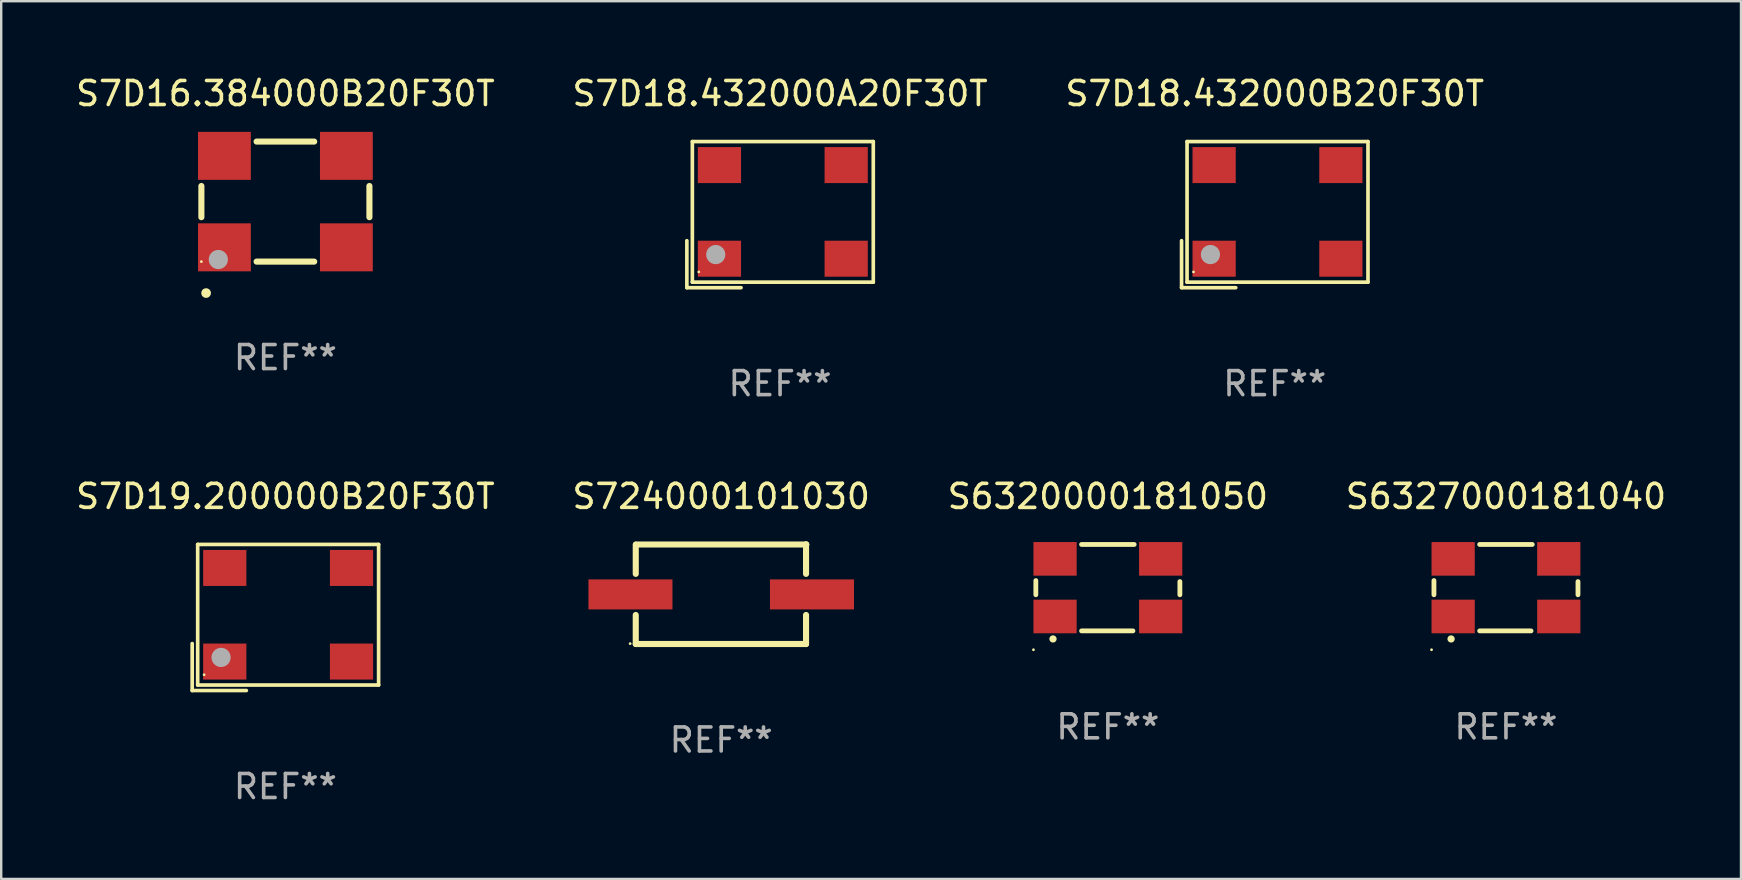
<source format=kicad_pcb>
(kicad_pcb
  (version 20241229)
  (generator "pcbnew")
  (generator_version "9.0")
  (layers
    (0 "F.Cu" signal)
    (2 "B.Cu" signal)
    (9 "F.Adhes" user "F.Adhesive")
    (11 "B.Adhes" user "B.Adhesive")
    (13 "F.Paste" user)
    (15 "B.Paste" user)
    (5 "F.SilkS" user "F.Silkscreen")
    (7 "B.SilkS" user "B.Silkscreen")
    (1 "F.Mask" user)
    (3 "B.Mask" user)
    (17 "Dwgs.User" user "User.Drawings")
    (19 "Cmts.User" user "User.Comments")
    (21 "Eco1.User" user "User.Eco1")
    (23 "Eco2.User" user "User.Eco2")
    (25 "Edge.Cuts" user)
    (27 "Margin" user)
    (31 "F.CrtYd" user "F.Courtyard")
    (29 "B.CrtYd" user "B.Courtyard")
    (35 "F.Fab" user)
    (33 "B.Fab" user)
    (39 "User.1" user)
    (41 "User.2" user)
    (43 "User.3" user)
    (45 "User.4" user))
  (footprint "S6320000181050"
    (layer "F.Cu")
    (at 43.101 21.431)
    (property "Reference" "S6320000181050" (at 0 -3.8 0) (layer "F.SilkS") (effects (font (size 1 1) (thickness 0.15))))
    (attr through_hole)
    (fp_line (start -3 0.296) (end -3 -0.296) (stroke (width 0.2) (type solid)) (layer "F.SilkS"))
    (fp_line (start -1.096 1.8) (end 1.045 1.8) (stroke (width 0.2) (type solid)) (layer "F.SilkS"))
    (fp_line (start 1.096 -1.8) (end -1.096 -1.8) (stroke (width 0.2) (type solid)) (layer "F.SilkS"))
    (fp_line (start 3 -0.254) (end 3 0.296) (stroke (width 0.2) (type solid)) (layer "F.SilkS"))
    (fp_arc (start -2.2873 2.135992) (mid -2.28603 2.135987) (end -2.28476 2.135992) (stroke (width 0.3) (type solid)) (layer "F.SilkS"))
    (fp_circle (center -3.1 2.586) (end -3.07 2.586) (stroke (width 0.06) (type solid)) (fill no) (layer "F.SilkS"))
    (fp_text user "REF**" (at 0 5.8 0) (layer "F.Fab") (effects (font (size 1 1) (thickness 0.15))))
    (pad "1" smd rect (at -2.2 1.2) (size 1.8 1.4) (layers "F.Cu" "F.Mask" "F.Paste"))
    (pad "2" smd rect (at 2.2 1.2) (size 1.8 1.4) (layers "F.Cu" "F.Mask" "F.Paste"))
    (pad "3" smd rect (at 2.2 -1.2) (size 1.8 1.4) (layers "F.Cu" "F.Mask" "F.Paste"))
    (pad "4" smd rect (at -2.2 -1.2) (size 1.8 1.4) (layers "F.Cu" "F.Mask" "F.Paste")))
  (footprint "S724000101030"
    (layer "F.Cu")
    (at 26.994 21.704)
    (property "Reference" "S724000101030" (at 0 -4.074 0) (layer "F.SilkS") (effects (font (size 1 1) (thickness 0.15))))
    (attr through_hole)
    (fp_line (start -3.56 -2.063) (end -3.56 -0.848) (stroke (width 0.254) (type solid)) (layer "F.SilkS"))
    (fp_line (start -3.56 0.864) (end -3.56 2.074) (stroke (width 0.254) (type solid)) (layer "F.SilkS"))
    (fp_line (start -3.56 2.074) (end 3.534 2.074) (stroke (width 0.254) (type solid)) (layer "F.SilkS"))
    (fp_line (start -3.551 -2.071) (end 3.542 -2.071) (stroke (width 0.254) (type solid)) (layer "F.SilkS"))
    (fp_line (start 3.534 -0.848) (end 3.534 -2.074) (stroke (width 0.254) (type solid)) (layer "F.SilkS"))
    (fp_line (start 3.534 2.074) (end 3.534 0.864) (stroke (width 0.254) (type solid)) (layer "F.SilkS"))
    (fp_line (start 3.542 -2.071) (end 3.535 -2.072) (stroke (width 0.254) (type solid)) (layer "F.SilkS"))
    (fp_circle (center -3.794 2.058) (end -3.764 2.058) (stroke (width 0.06) (type solid)) (fill no) (layer "F.SilkS"))
    (fp_text user "REF**" (at 0 6.074 0) (layer "F.Fab") (effects (font (size 1 1) (thickness 0.15))))
    (pad "1" smd rect (at -3.781 0.008) (size 3.5 1.25) (layers "F.Cu" "F.Mask" "F.Paste"))
    (pad "2" smd rect (at 3.781 0.008) (size 3.5 1.25) (layers "F.Cu" "F.Mask" "F.Paste")))
  (footprint "S7D19.200000B20F30T"
    (layer "F.Cu")
    (at 8.839 22.673)
    (property "Reference" "S7D19.200000B20F30T" (at 0 -5.043 0) (layer "F.SilkS") (effects (font (size 1 1) (thickness 0.15))))
    (attr through_hole)
    (fp_line (start -3.883 1.086) (end -3.883 3.043) (stroke (width 0.152) (type solid)) (layer "F.SilkS"))
    (fp_line (start -3.883 3.043) (end -1.626 3.043) (stroke (width 0.152) (type solid)) (layer "F.SilkS"))
    (fp_line (start -3.654 -3.043) (end 3.883 -3.043) (stroke (width 0.152) (type solid)) (layer "F.SilkS"))
    (fp_line (start -3.654 2.814) (end -3.654 -3.043) (stroke (width 0.152) (type solid)) (layer "F.SilkS"))
    (fp_line (start 3.883 -3.043) (end 3.883 2.814) (stroke (width 0.152) (type solid)) (layer "F.SilkS"))
    (fp_line (start 3.883 2.814) (end -3.654 2.814) (stroke (width 0.152) (type solid)) (layer "F.SilkS"))
    (fp_circle (center -3.386 2.386) (end -3.356 2.386) (stroke (width 0.06) (type solid)) (fill no) (layer "F.SilkS"))
    (fp_circle (center -2.68 1.664) (end -2.48 1.664) (stroke (width 0.4) (type solid)) (fill no) (layer "F.Fab"))
    (fp_text user "REF**" (at 0 7.043 0) (layer "F.Fab") (effects (font (size 1 1) (thickness 0.15))))
    (pad "1" smd rect (at -2.526 1.836) (size 1.8 1.5) (layers "F.Cu" "F.Mask" "F.Paste"))
    (pad "2" smd rect (at 2.754 1.836) (size 1.8 1.5) (layers "F.Cu" "F.Mask" "F.Paste"))
    (pad "3" smd rect (at 2.754 -2.064) (size 1.8 1.5) (layers "F.Cu" "F.Mask" "F.Paste"))
    (pad "4" smd rect (at -2.526 -2.064) (size 1.8 1.5) (layers "F.Cu" "F.Mask" "F.Paste")))
  (footprint "S7D18.432000B20F30T"
    (layer "F.Cu")
    (at 50.054 5.891)
    (property "Reference" "S7D18.432000B20F30T" (at 0 -5.043 0) (layer "F.SilkS") (effects (font (size 1 1) (thickness 0.15))))
    (attr through_hole)
    (fp_line (start -3.883 1.086) (end -3.883 3.043) (stroke (width 0.152) (type solid)) (layer "F.SilkS"))
    (fp_line (start -3.883 3.043) (end -1.626 3.043) (stroke (width 0.152) (type solid)) (layer "F.SilkS"))
    (fp_line (start -3.654 -3.043) (end 3.883 -3.043) (stroke (width 0.152) (type solid)) (layer "F.SilkS"))
    (fp_line (start -3.654 2.814) (end -3.654 -3.043) (stroke (width 0.152) (type solid)) (layer "F.SilkS"))
    (fp_line (start 3.883 -3.043) (end 3.883 2.814) (stroke (width 0.152) (type solid)) (layer "F.SilkS"))
    (fp_line (start 3.883 2.814) (end -3.654 2.814) (stroke (width 0.152) (type solid)) (layer "F.SilkS"))
    (fp_circle (center -3.386 2.386) (end -3.356 2.386) (stroke (width 0.06) (type solid)) (fill no) (layer "F.SilkS"))
    (fp_circle (center -2.68 1.664) (end -2.48 1.664) (stroke (width 0.4) (type solid)) (fill no) (layer "F.Fab"))
    (fp_text user "REF**" (at 0 7.043 0) (layer "F.Fab") (effects (font (size 1 1) (thickness 0.15))))
    (pad "1" smd rect (at -2.526 1.836) (size 1.8 1.5) (layers "F.Cu" "F.Mask" "F.Paste"))
    (pad "2" smd rect (at 2.754 1.836) (size 1.8 1.5) (layers "F.Cu" "F.Mask" "F.Paste"))
    (pad "3" smd rect (at 2.754 -2.064) (size 1.8 1.5) (layers "F.Cu" "F.Mask" "F.Paste"))
    (pad "4" smd rect (at -2.526 -2.064) (size 1.8 1.5) (layers "F.Cu" "F.Mask" "F.Paste")))
  (footprint "S7D16.384000B20F30T"
    (layer "F.Cu")
    (at 8.839 5.348)
    (property "Reference" "S7D16.384000B20F30T" (at 0 -4.5 0) (layer "F.SilkS") (effects (font (size 1 1) (thickness 0.15))))
    (attr through_hole)
    (fp_line (start -3.5 0.65) (end -3.5 -0.65) (stroke (width 0.254) (type solid)) (layer "F.SilkS"))
    (fp_line (start 1.2 -2.5) (end -1.2 -2.5) (stroke (width 0.254) (type solid)) (layer "F.SilkS"))
    (fp_line (start 1.2 2.5) (end -1.2 2.5) (stroke (width 0.254) (type solid)) (layer "F.SilkS"))
    (fp_line (start 3.5 0.65) (end 3.5 -0.65) (stroke (width 0.254) (type solid)) (layer "F.SilkS"))
    (fp_arc (start -3.304547 3.81016) (mid -3.303277 3.810156) (end -3.302007 3.81016) (stroke (width 0.4) (type solid)) (layer "F.SilkS"))
    (fp_circle (center -3.5 2.5) (end -3.47 2.5) (stroke (width 0.06) (type solid)) (fill no) (layer "F.SilkS"))
    (fp_circle (center -2.794 2.413) (end -2.594 2.413) (stroke (width 0.4) (type solid)) (fill no) (layer "F.Fab"))
    (fp_text user "REF**" (at 0 6.5 0) (layer "F.Fab") (effects (font (size 1 1) (thickness 0.15))))
    (pad "1" smd rect (at -2.54 1.905 180) (size 2.2 2) (layers "F.Cu" "F.Mask" "F.Paste"))
    (pad "2" smd rect (at 2.54 1.905 180) (size 2.2 2) (layers "F.Cu" "F.Mask" "F.Paste"))
    (pad "3" smd rect (at 2.54 -1.905 180) (size 2.2 2) (layers "F.Cu" "F.Mask" "F.Paste"))
    (pad "4" smd rect (at -2.54 -1.905 180) (size 2.2 2) (layers "F.Cu" "F.Mask" "F.Paste")))
  (footprint "S7D18.432000A20F30T"
    (layer "F.Cu")
    (at 29.446 5.891)
    (property "Reference" "S7D18.432000A20F30T" (at 0 -5.043 0) (layer "F.SilkS") (effects (font (size 1 1) (thickness 0.15))))
    (attr through_hole)
    (fp_line (start -3.883 1.086) (end -3.883 3.043) (stroke (width 0.152) (type solid)) (layer "F.SilkS"))
    (fp_line (start -3.883 3.043) (end -1.626 3.043) (stroke (width 0.152) (type solid)) (layer "F.SilkS"))
    (fp_line (start -3.654 -3.043) (end 3.883 -3.043) (stroke (width 0.152) (type solid)) (layer "F.SilkS"))
    (fp_line (start -3.654 2.814) (end -3.654 -3.043) (stroke (width 0.152) (type solid)) (layer "F.SilkS"))
    (fp_line (start 3.883 -3.043) (end 3.883 2.814) (stroke (width 0.152) (type solid)) (layer "F.SilkS"))
    (fp_line (start 3.883 2.814) (end -3.654 2.814) (stroke (width 0.152) (type solid)) (layer "F.SilkS"))
    (fp_circle (center -3.386 2.386) (end -3.356 2.386) (stroke (width 0.06) (type solid)) (fill no) (layer "F.SilkS"))
    (fp_circle (center -2.68 1.664) (end -2.48 1.664) (stroke (width 0.4) (type solid)) (fill no) (layer "F.Fab"))
    (fp_text user "REF**" (at 0 7.043 0) (layer "F.Fab") (effects (font (size 1 1) (thickness 0.15))))
    (pad "1" smd rect (at -2.526 1.836) (size 1.8 1.5) (layers "F.Cu" "F.Mask" "F.Paste"))
    (pad "2" smd rect (at 2.754 1.836) (size 1.8 1.5) (layers "F.Cu" "F.Mask" "F.Paste"))
    (pad "3" smd rect (at 2.754 -2.064) (size 1.8 1.5) (layers "F.Cu" "F.Mask" "F.Paste"))
    (pad "4" smd rect (at -2.526 -2.064) (size 1.8 1.5) (layers "F.Cu" "F.Mask" "F.Paste")))
  (footprint "S6327000181040"
    (layer "F.Cu")
    (at 59.685 21.431)
    (property "Reference" "S6327000181040" (at 0 -3.8 0) (layer "F.SilkS") (effects (font (size 1 1) (thickness 0.15))))
    (attr through_hole)
    (fp_line (start -3 0.296) (end -3 -0.296) (stroke (width 0.2) (type solid)) (layer "F.SilkS"))
    (fp_line (start -1.096 1.8) (end 1.045 1.8) (stroke (width 0.2) (type solid)) (layer "F.SilkS"))
    (fp_line (start 1.096 -1.8) (end -1.096 -1.8) (stroke (width 0.2) (type solid)) (layer "F.SilkS"))
    (fp_line (start 3 -0.254) (end 3 0.296) (stroke (width 0.2) (type solid)) (layer "F.SilkS"))
    (fp_arc (start -2.2873 2.135992) (mid -2.28603 2.135987) (end -2.28476 2.135992) (stroke (width 0.3) (type solid)) (layer "F.SilkS"))
    (fp_circle (center -3.1 2.586) (end -3.07 2.586) (stroke (width 0.06) (type solid)) (fill no) (layer "F.SilkS"))
    (fp_text user "REF**" (at 0 5.8 0) (layer "F.Fab") (effects (font (size 1 1) (thickness 0.15))))
    (pad "1" smd rect (at -2.2 1.2) (size 1.8 1.4) (layers "F.Cu" "F.Mask" "F.Paste"))
    (pad "2" smd rect (at 2.2 1.2) (size 1.8 1.4) (layers "F.Cu" "F.Mask" "F.Paste"))
    (pad "3" smd rect (at 2.2 -1.2) (size 1.8 1.4) (layers "F.Cu" "F.Mask" "F.Paste"))
    (pad "4" smd rect (at -2.2 -1.2) (size 1.8 1.4) (layers "F.Cu" "F.Mask" "F.Paste")))
  (gr_rect
    (start -3 -3)
    (end 69.476 33.565)
    (stroke (width 0.1) (type default))
    (fill no)
    (layer "Edge.Cuts")))
</source>
